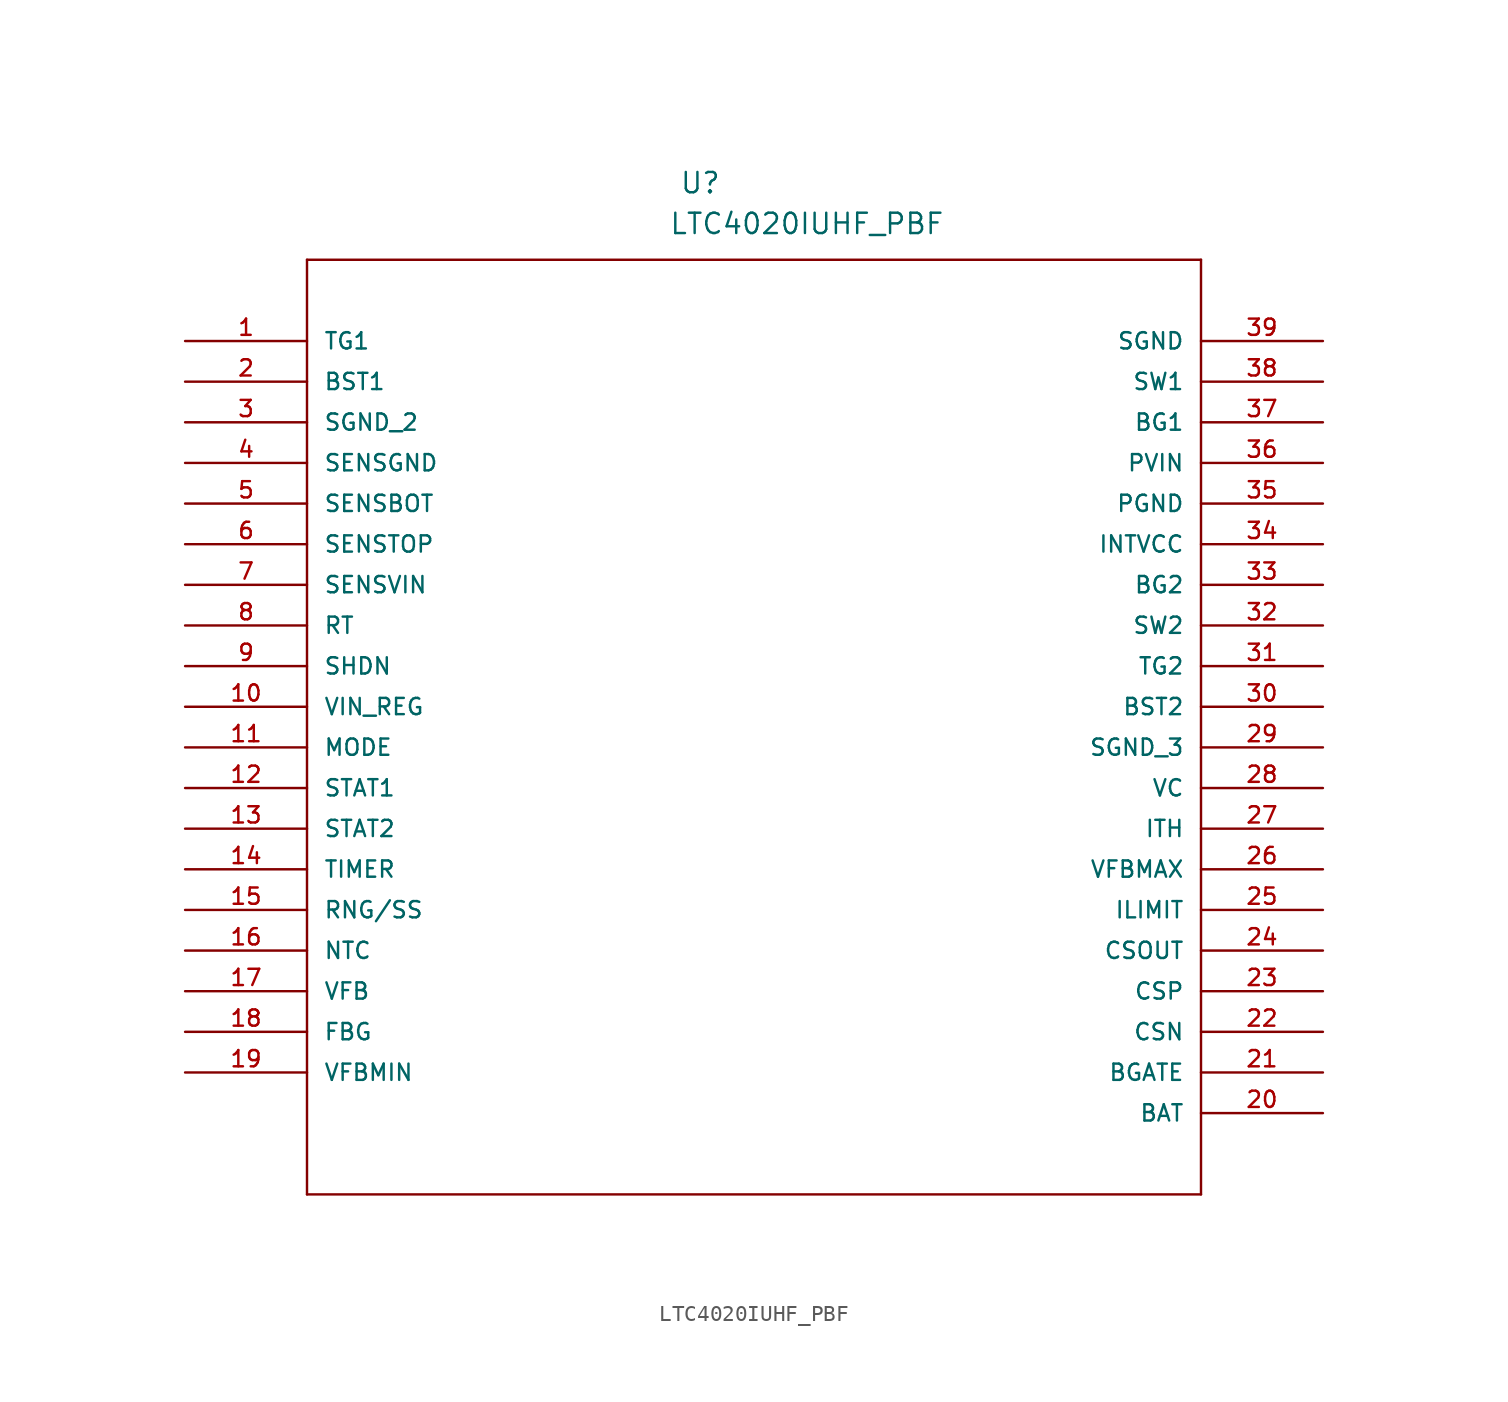
<source format=kicad_sym>
(kicad_symbol_lib
  (version 20211014)
  (generator kicad_symbol_editor)
  (symbol "LTC4020IUHF_PBF"
    (pin_names
      (offset 1.016))
    (property "Reference" "U"
      (at 30.894 9.136 0.0)
      (effects (font (size 1.27 1.27)) (justify bottom left)))
    (property "Value" "LTC4020IUHF_PBF"
      (at 30.238 6.587 0.0)
      (effects (font (size 1.27 1.27)) (justify bottom left)))
    (symbol "LTC4020IUHF_PBF_0_0"
      (polyline (pts (xy 7.62 5.08) (xy 7.62 -53.34)) (stroke (width 0.152)))
      (polyline (pts (xy 7.62 -53.34) (xy 63.5 -53.34)) (stroke (width 0.152)))
      (polyline (pts (xy 63.5 -53.34) (xy 63.5 5.08)) (stroke (width 0.152)))
      (polyline (pts (xy 63.5 5.08) (xy 7.62 5.08)) (stroke (width 0.152)))
      (pin output line (at 0.0 0.0 0) (length 7.62) (name "TG1" (effects (font (size 1.016 1.016)))) (number "1" (effects (font (size 1.016 1.016)))))
      (pin passive line (at 0.0 -2.54 0) (length 7.62) (name "BST1" (effects (font (size 1.016 1.016)))) (number "2" (effects (font (size 1.016 1.016)))))
      (pin power_in line (at 0.0 -5.08 0) (length 7.62) (name "SGND_2" (effects (font (size 1.016 1.016)))) (number "3" (effects (font (size 1.016 1.016)))))
      (pin passive line (at 0.0 -7.62 0) (length 7.62) (name "SENSGND" (effects (font (size 1.016 1.016)))) (number "4" (effects (font (size 1.016 1.016)))))
      (pin input line (at 0.0 -10.16 0) (length 7.62) (name "SENSBOT" (effects (font (size 1.016 1.016)))) (number "5" (effects (font (size 1.016 1.016)))))
      (pin input line (at 0.0 -12.7 0) (length 7.62) (name "SENSTOP" (effects (font (size 1.016 1.016)))) (number "6" (effects (font (size 1.016 1.016)))))
      (pin input line (at 0.0 -15.24 0) (length 7.62) (name "SENSVIN" (effects (font (size 1.016 1.016)))) (number "7" (effects (font (size 1.016 1.016)))))
      (pin passive line (at 0.0 -17.78 0) (length 7.62) (name "RT" (effects (font (size 1.016 1.016)))) (number "8" (effects (font (size 1.016 1.016)))))
      (pin input line (at 0.0 -20.32 0) (length 7.62) (name "SHDN" (effects (font (size 1.016 1.016)))) (number "9" (effects (font (size 1.016 1.016)))))
      (pin input line (at 0.0 -22.86 0) (length 7.62) (name "VIN_REG" (effects (font (size 1.016 1.016)))) (number "10" (effects (font (size 1.016 1.016)))))
      (pin passive line (at 0.0 -25.4 0) (length 7.62) (name "MODE" (effects (font (size 1.016 1.016)))) (number "11" (effects (font (size 1.016 1.016)))))
      (pin output line (at 0.0 -27.94 0) (length 7.62) (name "STAT1" (effects (font (size 1.016 1.016)))) (number "12" (effects (font (size 1.016 1.016)))))
      (pin output line (at 0.0 -30.48 0) (length 7.62) (name "STAT2" (effects (font (size 1.016 1.016)))) (number "13" (effects (font (size 1.016 1.016)))))
      (pin passive line (at 0.0 -33.02 0) (length 7.62) (name "TIMER" (effects (font (size 1.016 1.016)))) (number "14" (effects (font (size 1.016 1.016)))))
      (pin passive line (at 0.0 -35.56 0) (length 7.62) (name "RNG/SS" (effects (font (size 1.016 1.016)))) (number "15" (effects (font (size 1.016 1.016)))))
      (pin passive line (at 0.0 -38.1 0) (length 7.62) (name "NTC" (effects (font (size 1.016 1.016)))) (number "16" (effects (font (size 1.016 1.016)))))
      (pin passive line (at 0.0 -40.64 0) (length 7.62) (name "VFB" (effects (font (size 1.016 1.016)))) (number "17" (effects (font (size 1.016 1.016)))))
      (pin passive line (at 0.0 -43.18 0) (length 7.62) (name "FBG" (effects (font (size 1.016 1.016)))) (number "18" (effects (font (size 1.016 1.016)))))
      (pin output line (at 0.0 -45.72 0) (length 7.62) (name "VFBMIN" (effects (font (size 1.016 1.016)))) (number "19" (effects (font (size 1.016 1.016)))))
      (pin passive line (at 71.12 -48.26 180.0) (length 7.62) (name "BAT" (effects (font (size 1.016 1.016)))) (number "20" (effects (font (size 1.016 1.016)))))
      (pin output line (at 71.12 -45.72 180.0) (length 7.62) (name "BGATE" (effects (font (size 1.016 1.016)))) (number "21" (effects (font (size 1.016 1.016)))))
      (pin input line (at 71.12 -43.18 180.0) (length 7.62) (name "CSN" (effects (font (size 1.016 1.016)))) (number "22" (effects (font (size 1.016 1.016)))))
      (pin input line (at 71.12 -40.64 180.0) (length 7.62) (name "CSP" (effects (font (size 1.016 1.016)))) (number "23" (effects (font (size 1.016 1.016)))))
      (pin output line (at 71.12 -38.1 180.0) (length 7.62) (name "CSOUT" (effects (font (size 1.016 1.016)))) (number "24" (effects (font (size 1.016 1.016)))))
      (pin passive line (at 71.12 -35.56 180.0) (length 7.62) (name "ILIMIT" (effects (font (size 1.016 1.016)))) (number "25" (effects (font (size 1.016 1.016)))))
      (pin output line (at 71.12 -33.02 180.0) (length 7.62) (name "VFBMAX" (effects (font (size 1.016 1.016)))) (number "26" (effects (font (size 1.016 1.016)))))
      (pin passive line (at 71.12 -30.48 180.0) (length 7.62) (name "ITH" (effects (font (size 1.016 1.016)))) (number "27" (effects (font (size 1.016 1.016)))))
      (pin passive line (at 71.12 -27.94 180.0) (length 7.62) (name "VC" (effects (font (size 1.016 1.016)))) (number "28" (effects (font (size 1.016 1.016)))))
      (pin power_in line (at 71.12 -25.4 180.0) (length 7.62) (name "SGND_3" (effects (font (size 1.016 1.016)))) (number "29" (effects (font (size 1.016 1.016)))))
      (pin passive line (at 71.12 -22.86 180.0) (length 7.62) (name "BST2" (effects (font (size 1.016 1.016)))) (number "30" (effects (font (size 1.016 1.016)))))
      (pin output line (at 71.12 -20.32 180.0) (length 7.62) (name "TG2" (effects (font (size 1.016 1.016)))) (number "31" (effects (font (size 1.016 1.016)))))
      (pin passive line (at 71.12 -17.78 180.0) (length 7.62) (name "SW2" (effects (font (size 1.016 1.016)))) (number "32" (effects (font (size 1.016 1.016)))))
      (pin output line (at 71.12 -15.24 180.0) (length 7.62) (name "BG2" (effects (font (size 1.016 1.016)))) (number "33" (effects (font (size 1.016 1.016)))))
      (pin passive line (at 71.12 -12.7 180.0) (length 7.62) (name "INTVCC" (effects (font (size 1.016 1.016)))) (number "34" (effects (font (size 1.016 1.016)))))
      (pin power_in line (at 71.12 -10.16 180.0) (length 7.62) (name "PGND" (effects (font (size 1.016 1.016)))) (number "35" (effects (font (size 1.016 1.016)))))
      (pin input line (at 71.12 -7.62 180.0) (length 7.62) (name "PVIN" (effects (font (size 1.016 1.016)))) (number "36" (effects (font (size 1.016 1.016)))))
      (pin output line (at 71.12 -5.08 180.0) (length 7.62) (name "BG1" (effects (font (size 1.016 1.016)))) (number "37" (effects (font (size 1.016 1.016)))))
      (pin passive line (at 71.12 -2.54 180.0) (length 7.62) (name "SW1" (effects (font (size 1.016 1.016)))) (number "38" (effects (font (size 1.016 1.016)))))
      (pin power_in line (at 71.12 0.0 180.0) (length 7.62) (name "SGND" (effects (font (size 1.016 1.016)))) (number "39" (effects (font (size 1.016 1.016))))))))
</source>
